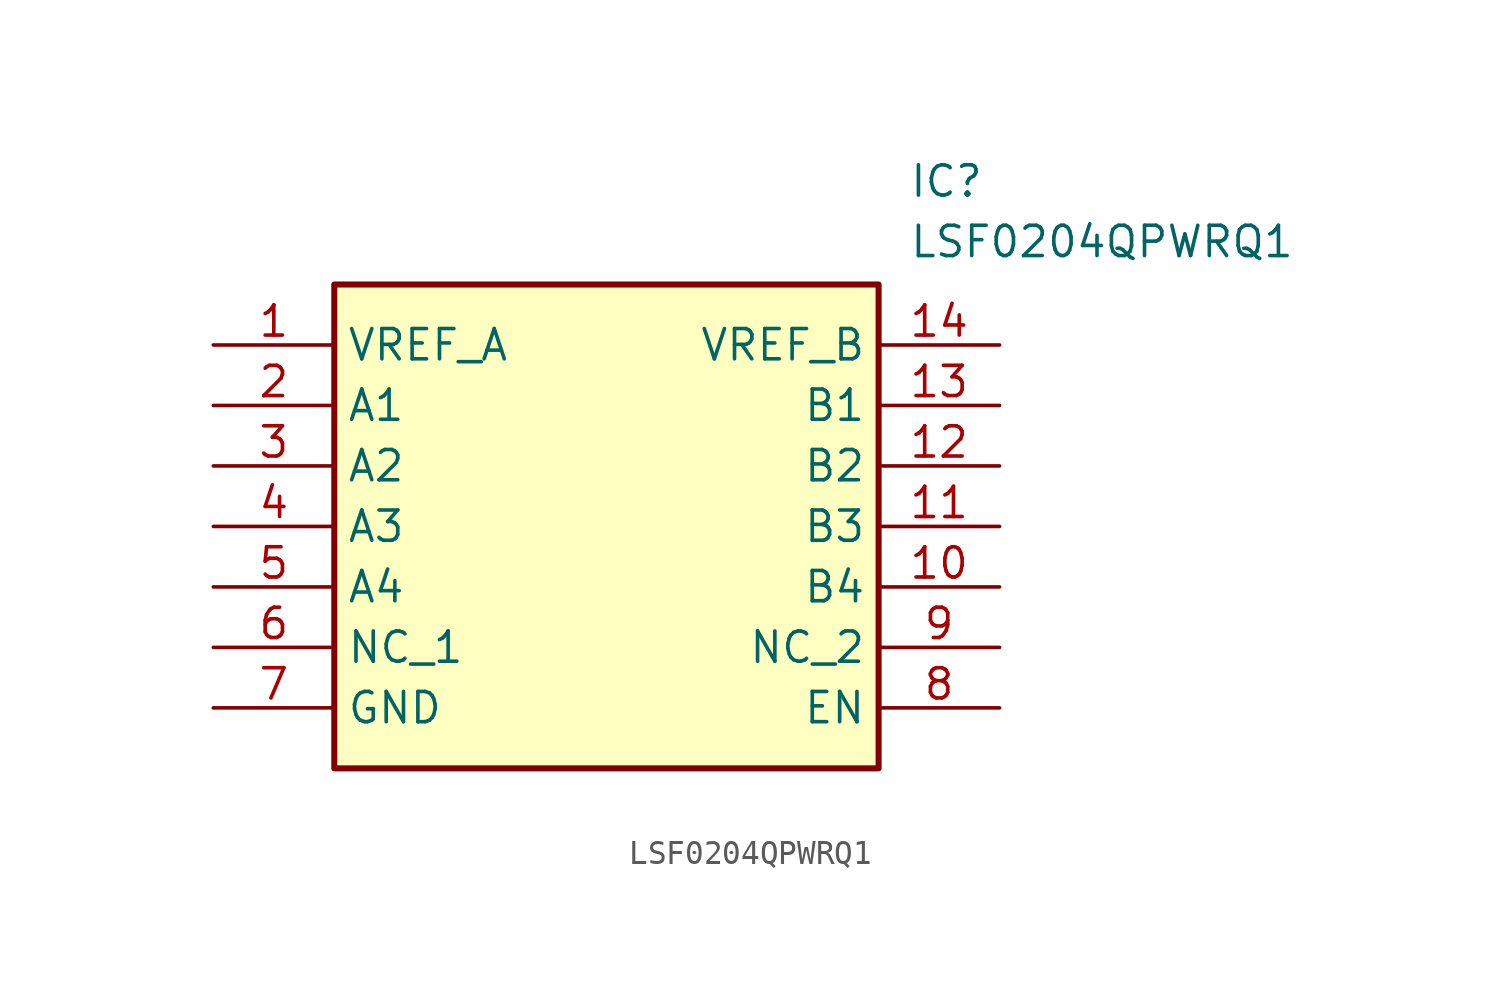
<source format=kicad_sym>
(kicad_symbol_lib
  (version 20211014)
  (generator SamacSys_ECAD_Model)
  (symbol "LSF0204QPWRQ1"
    (property "Reference" "IC"
      (at 29.21 7.62 0)
      (effects (font (size 1.27 1.27)) (justify left top)))
    (property "Value" "LSF0204QPWRQ1"
      (at 29.21 5.08 0)
      (effects (font (size 1.27 1.27)) (justify left top)))
    (rectangle
      (start 5.08 2.54)
      (end 27.94 -17.78)
      (stroke (width 0.254) (type default))
      (fill (type background)))
    (pin passive line
      (at 0 0 0)
      (length 5.08)
      (name "VREF_A" (effects (font (size 1.27 1.27))))
      (number "1" (effects (font (size 1.27 1.27)))))
    (pin passive line
      (at 0 -2.54 0)
      (length 5.08)
      (name "A1" (effects (font (size 1.27 1.27))))
      (number "2" (effects (font (size 1.27 1.27)))))
    (pin passive line
      (at 0 -5.08 0)
      (length 5.08)
      (name "A2" (effects (font (size 1.27 1.27))))
      (number "3" (effects (font (size 1.27 1.27)))))
    (pin passive line
      (at 0 -7.62 0)
      (length 5.08)
      (name "A3" (effects (font (size 1.27 1.27))))
      (number "4" (effects (font (size 1.27 1.27)))))
    (pin passive line
      (at 0 -10.16 0)
      (length 5.08)
      (name "A4" (effects (font (size 1.27 1.27))))
      (number "5" (effects (font (size 1.27 1.27)))))
    (pin passive line
      (at 0 -12.7 0)
      (length 5.08)
      (name "NC_1" (effects (font (size 1.27 1.27))))
      (number "6" (effects (font (size 1.27 1.27)))))
    (pin passive line
      (at 0 -15.24 0)
      (length 5.08)
      (name "GND" (effects (font (size 1.27 1.27))))
      (number "7" (effects (font (size 1.27 1.27)))))
    (pin passive line
      (at 33.02 0 180)
      (length 5.08)
      (name "VREF_B" (effects (font (size 1.27 1.27))))
      (number "14" (effects (font (size 1.27 1.27)))))
    (pin passive line
      (at 33.02 -2.54 180)
      (length 5.08)
      (name "B1" (effects (font (size 1.27 1.27))))
      (number "13" (effects (font (size 1.27 1.27)))))
    (pin passive line
      (at 33.02 -5.08 180)
      (length 5.08)
      (name "B2" (effects (font (size 1.27 1.27))))
      (number "12" (effects (font (size 1.27 1.27)))))
    (pin passive line
      (at 33.02 -7.62 180)
      (length 5.08)
      (name "B3" (effects (font (size 1.27 1.27))))
      (number "11" (effects (font (size 1.27 1.27)))))
    (pin passive line
      (at 33.02 -10.16 180)
      (length 5.08)
      (name "B4" (effects (font (size 1.27 1.27))))
      (number "10" (effects (font (size 1.27 1.27)))))
    (pin passive line
      (at 33.02 -12.7 180)
      (length 5.08)
      (name "NC_2" (effects (font (size 1.27 1.27))))
      (number "9" (effects (font (size 1.27 1.27)))))
    (pin passive line
      (at 33.02 -15.24 180)
      (length 5.08)
      (name "EN" (effects (font (size 1.27 1.27))))
      (number "8" (effects (font (size 1.27 1.27)))))))
</source>
